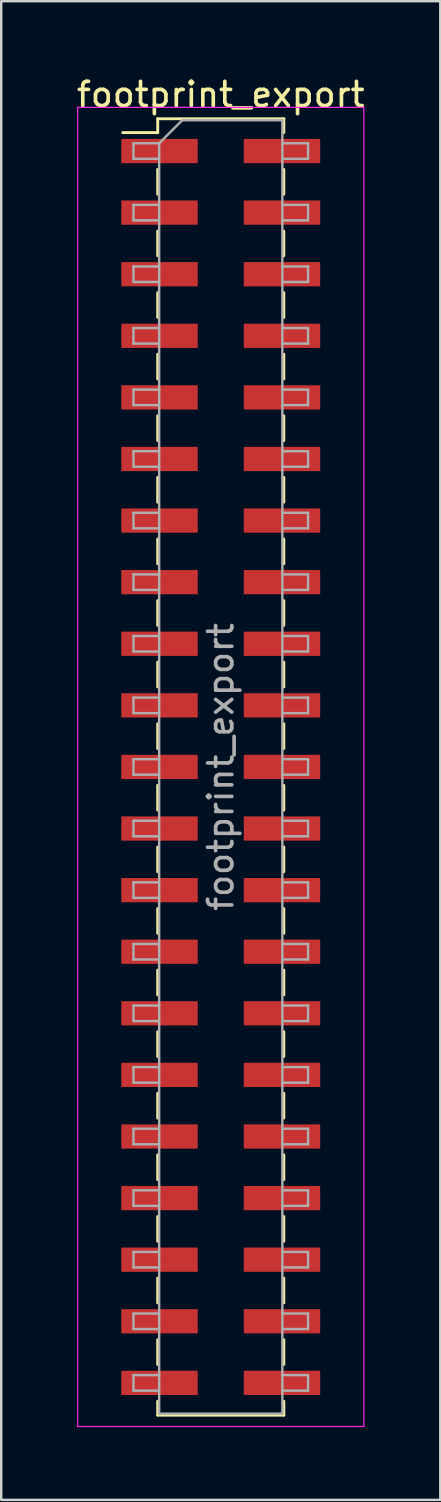
<source format=kicad_pcb>
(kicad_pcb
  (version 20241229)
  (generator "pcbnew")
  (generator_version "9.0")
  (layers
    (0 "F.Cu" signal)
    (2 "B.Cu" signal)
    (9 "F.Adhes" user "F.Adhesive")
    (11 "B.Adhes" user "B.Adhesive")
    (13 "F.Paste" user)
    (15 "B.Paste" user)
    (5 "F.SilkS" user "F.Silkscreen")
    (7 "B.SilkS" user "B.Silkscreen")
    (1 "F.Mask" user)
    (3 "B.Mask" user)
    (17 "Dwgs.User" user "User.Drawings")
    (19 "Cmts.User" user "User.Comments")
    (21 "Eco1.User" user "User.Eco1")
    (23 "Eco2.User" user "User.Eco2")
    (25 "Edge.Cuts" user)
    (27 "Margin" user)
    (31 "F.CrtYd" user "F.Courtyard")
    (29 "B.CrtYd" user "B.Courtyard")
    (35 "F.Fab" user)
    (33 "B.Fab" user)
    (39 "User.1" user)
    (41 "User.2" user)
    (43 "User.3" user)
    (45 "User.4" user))
  (footprint "footprint_export"
    (layer "F.Cu")
    (at 6.054 28.578)
    (property "Reference" "footprint_export" (at 0 -27.73 0) (layer "F.SilkS") (effects (font (size 1 1) (thickness 0.15))))
    (attr smd)
    (fp_line (start -4.04 -26.16) (end -2.6 -26.16) (stroke (width 0.12) (type solid)) (layer "F.SilkS"))
    (fp_line (start -2.6 -26.73) (end -2.6 -26.16) (stroke (width 0.12) (type solid)) (layer "F.SilkS"))
    (fp_line (start -2.6 -26.73) (end 2.6 -26.73) (stroke (width 0.12) (type solid)) (layer "F.SilkS"))
    (fp_line (start -2.6 -24.64) (end -2.6 -23.62) (stroke (width 0.12) (type solid)) (layer "F.SilkS"))
    (fp_line (start -2.6 -22.1) (end -2.6 -21.08) (stroke (width 0.12) (type solid)) (layer "F.SilkS"))
    (fp_line (start -2.6 -19.56) (end -2.6 -18.54) (stroke (width 0.12) (type solid)) (layer "F.SilkS"))
    (fp_line (start -2.6 -17.02) (end -2.6 -16) (stroke (width 0.12) (type solid)) (layer "F.SilkS"))
    (fp_line (start -2.6 -14.48) (end -2.6 -13.46) (stroke (width 0.12) (type solid)) (layer "F.SilkS"))
    (fp_line (start -2.6 -11.94) (end -2.6 -10.92) (stroke (width 0.12) (type solid)) (layer "F.SilkS"))
    (fp_line (start -2.6 -9.4) (end -2.6 -8.38) (stroke (width 0.12) (type solid)) (layer "F.SilkS"))
    (fp_line (start -2.6 -6.86) (end -2.6 -5.84) (stroke (width 0.12) (type solid)) (layer "F.SilkS"))
    (fp_line (start -2.6 -4.32) (end -2.6 -3.3) (stroke (width 0.12) (type solid)) (layer "F.SilkS"))
    (fp_line (start -2.6 -1.78) (end -2.6 -0.76) (stroke (width 0.12) (type solid)) (layer "F.SilkS"))
    (fp_line (start -2.6 0.76) (end -2.6 1.78) (stroke (width 0.12) (type solid)) (layer "F.SilkS"))
    (fp_line (start -2.6 3.3) (end -2.6 4.32) (stroke (width 0.12) (type solid)) (layer "F.SilkS"))
    (fp_line (start -2.6 5.84) (end -2.6 6.86) (stroke (width 0.12) (type solid)) (layer "F.SilkS"))
    (fp_line (start -2.6 8.38) (end -2.6 9.4) (stroke (width 0.12) (type solid)) (layer "F.SilkS"))
    (fp_line (start -2.6 10.92) (end -2.6 11.94) (stroke (width 0.12) (type solid)) (layer "F.SilkS"))
    (fp_line (start -2.6 13.46) (end -2.6 14.48) (stroke (width 0.12) (type solid)) (layer "F.SilkS"))
    (fp_line (start -2.6 16) (end -2.6 17.02) (stroke (width 0.12) (type solid)) (layer "F.SilkS"))
    (fp_line (start -2.6 18.54) (end -2.6 19.56) (stroke (width 0.12) (type solid)) (layer "F.SilkS"))
    (fp_line (start -2.6 21.08) (end -2.6 22.1) (stroke (width 0.12) (type solid)) (layer "F.SilkS"))
    (fp_line (start -2.6 23.62) (end -2.6 24.64) (stroke (width 0.12) (type solid)) (layer "F.SilkS"))
    (fp_line (start -2.6 26.16) (end -2.6 26.73) (stroke (width 0.12) (type solid)) (layer "F.SilkS"))
    (fp_line (start -2.6 26.73) (end 2.6 26.73) (stroke (width 0.12) (type solid)) (layer "F.SilkS"))
    (fp_line (start 2.6 -26.73) (end 2.6 -26.16) (stroke (width 0.12) (type solid)) (layer "F.SilkS"))
    (fp_line (start 2.6 -24.64) (end 2.6 -23.62) (stroke (width 0.12) (type solid)) (layer "F.SilkS"))
    (fp_line (start 2.6 -22.1) (end 2.6 -21.08) (stroke (width 0.12) (type solid)) (layer "F.SilkS"))
    (fp_line (start 2.6 -19.56) (end 2.6 -18.54) (stroke (width 0.12) (type solid)) (layer "F.SilkS"))
    (fp_line (start 2.6 -17.02) (end 2.6 -16) (stroke (width 0.12) (type solid)) (layer "F.SilkS"))
    (fp_line (start 2.6 -14.48) (end 2.6 -13.46) (stroke (width 0.12) (type solid)) (layer "F.SilkS"))
    (fp_line (start 2.6 -11.94) (end 2.6 -10.92) (stroke (width 0.12) (type solid)) (layer "F.SilkS"))
    (fp_line (start 2.6 -9.4) (end 2.6 -8.38) (stroke (width 0.12) (type solid)) (layer "F.SilkS"))
    (fp_line (start 2.6 -6.86) (end 2.6 -5.84) (stroke (width 0.12) (type solid)) (layer "F.SilkS"))
    (fp_line (start 2.6 -4.32) (end 2.6 -3.3) (stroke (width 0.12) (type solid)) (layer "F.SilkS"))
    (fp_line (start 2.6 -1.78) (end 2.6 -0.76) (stroke (width 0.12) (type solid)) (layer "F.SilkS"))
    (fp_line (start 2.6 0.76) (end 2.6 1.78) (stroke (width 0.12) (type solid)) (layer "F.SilkS"))
    (fp_line (start 2.6 3.3) (end 2.6 4.32) (stroke (width 0.12) (type solid)) (layer "F.SilkS"))
    (fp_line (start 2.6 5.84) (end 2.6 6.86) (stroke (width 0.12) (type solid)) (layer "F.SilkS"))
    (fp_line (start 2.6 8.38) (end 2.6 9.4) (stroke (width 0.12) (type solid)) (layer "F.SilkS"))
    (fp_line (start 2.6 10.92) (end 2.6 11.94) (stroke (width 0.12) (type solid)) (layer "F.SilkS"))
    (fp_line (start 2.6 13.46) (end 2.6 14.48) (stroke (width 0.12) (type solid)) (layer "F.SilkS"))
    (fp_line (start 2.6 16) (end 2.6 17.02) (stroke (width 0.12) (type solid)) (layer "F.SilkS"))
    (fp_line (start 2.6 18.54) (end 2.6 19.56) (stroke (width 0.12) (type solid)) (layer "F.SilkS"))
    (fp_line (start 2.6 21.08) (end 2.6 22.1) (stroke (width 0.12) (type solid)) (layer "F.SilkS"))
    (fp_line (start 2.6 23.62) (end 2.6 24.64) (stroke (width 0.12) (type solid)) (layer "F.SilkS"))
    (fp_line (start 2.6 26.16) (end 2.6 26.73) (stroke (width 0.12) (type solid)) (layer "F.SilkS"))
    (fp_line (start -5.9 -27.2) (end -5.9 27.2) (stroke (width 0.05) (type solid)) (layer "F.CrtYd"))
    (fp_line (start -5.9 27.2) (end 5.9 27.2) (stroke (width 0.05) (type solid)) (layer "F.CrtYd"))
    (fp_line (start 5.9 -27.2) (end -5.9 -27.2) (stroke (width 0.05) (type solid)) (layer "F.CrtYd"))
    (fp_line (start 5.9 27.2) (end 5.9 -27.2) (stroke (width 0.05) (type solid)) (layer "F.CrtYd"))
    (fp_line (start -3.6 -25.72) (end -3.6 -25.08) (stroke (width 0.1) (type solid)) (layer "F.Fab"))
    (fp_line (start -3.6 -25.08) (end -2.54 -25.08) (stroke (width 0.1) (type solid)) (layer "F.Fab"))
    (fp_line (start -3.6 -23.18) (end -3.6 -22.54) (stroke (width 0.1) (type solid)) (layer "F.Fab"))
    (fp_line (start -3.6 -22.54) (end -2.54 -22.54) (stroke (width 0.1) (type solid)) (layer "F.Fab"))
    (fp_line (start -3.6 -20.64) (end -3.6 -20) (stroke (width 0.1) (type solid)) (layer "F.Fab"))
    (fp_line (start -3.6 -20) (end -2.54 -20) (stroke (width 0.1) (type solid)) (layer "F.Fab"))
    (fp_line (start -3.6 -18.1) (end -3.6 -17.46) (stroke (width 0.1) (type solid)) (layer "F.Fab"))
    (fp_line (start -3.6 -17.46) (end -2.54 -17.46) (stroke (width 0.1) (type solid)) (layer "F.Fab"))
    (fp_line (start -3.6 -15.56) (end -3.6 -14.92) (stroke (width 0.1) (type solid)) (layer "F.Fab"))
    (fp_line (start -3.6 -14.92) (end -2.54 -14.92) (stroke (width 0.1) (type solid)) (layer "F.Fab"))
    (fp_line (start -3.6 -13.02) (end -3.6 -12.38) (stroke (width 0.1) (type solid)) (layer "F.Fab"))
    (fp_line (start -3.6 -12.38) (end -2.54 -12.38) (stroke (width 0.1) (type solid)) (layer "F.Fab"))
    (fp_line (start -3.6 -10.48) (end -3.6 -9.84) (stroke (width 0.1) (type solid)) (layer "F.Fab"))
    (fp_line (start -3.6 -9.84) (end -2.54 -9.84) (stroke (width 0.1) (type solid)) (layer "F.Fab"))
    (fp_line (start -3.6 -7.94) (end -3.6 -7.3) (stroke (width 0.1) (type solid)) (layer "F.Fab"))
    (fp_line (start -3.6 -7.3) (end -2.54 -7.3) (stroke (width 0.1) (type solid)) (layer "F.Fab"))
    (fp_line (start -3.6 -5.4) (end -3.6 -4.76) (stroke (width 0.1) (type solid)) (layer "F.Fab"))
    (fp_line (start -3.6 -4.76) (end -2.54 -4.76) (stroke (width 0.1) (type solid)) (layer "F.Fab"))
    (fp_line (start -3.6 -2.86) (end -3.6 -2.22) (stroke (width 0.1) (type solid)) (layer "F.Fab"))
    (fp_line (start -3.6 -2.22) (end -2.54 -2.22) (stroke (width 0.1) (type solid)) (layer "F.Fab"))
    (fp_line (start -3.6 -0.32) (end -3.6 0.32) (stroke (width 0.1) (type solid)) (layer "F.Fab"))
    (fp_line (start -3.6 0.32) (end -2.54 0.32) (stroke (width 0.1) (type solid)) (layer "F.Fab"))
    (fp_line (start -3.6 2.22) (end -3.6 2.86) (stroke (width 0.1) (type solid)) (layer "F.Fab"))
    (fp_line (start -3.6 2.86) (end -2.54 2.86) (stroke (width 0.1) (type solid)) (layer "F.Fab"))
    (fp_line (start -3.6 4.76) (end -3.6 5.4) (stroke (width 0.1) (type solid)) (layer "F.Fab"))
    (fp_line (start -3.6 5.4) (end -2.54 5.4) (stroke (width 0.1) (type solid)) (layer "F.Fab"))
    (fp_line (start -3.6 7.3) (end -3.6 7.94) (stroke (width 0.1) (type solid)) (layer "F.Fab"))
    (fp_line (start -3.6 7.94) (end -2.54 7.94) (stroke (width 0.1) (type solid)) (layer "F.Fab"))
    (fp_line (start -3.6 9.84) (end -3.6 10.48) (stroke (width 0.1) (type solid)) (layer "F.Fab"))
    (fp_line (start -3.6 10.48) (end -2.54 10.48) (stroke (width 0.1) (type solid)) (layer "F.Fab"))
    (fp_line (start -3.6 12.38) (end -3.6 13.02) (stroke (width 0.1) (type solid)) (layer "F.Fab"))
    (fp_line (start -3.6 13.02) (end -2.54 13.02) (stroke (width 0.1) (type solid)) (layer "F.Fab"))
    (fp_line (start -3.6 14.92) (end -3.6 15.56) (stroke (width 0.1) (type solid)) (layer "F.Fab"))
    (fp_line (start -3.6 15.56) (end -2.54 15.56) (stroke (width 0.1) (type solid)) (layer "F.Fab"))
    (fp_line (start -3.6 17.46) (end -3.6 18.1) (stroke (width 0.1) (type solid)) (layer "F.Fab"))
    (fp_line (start -3.6 18.1) (end -2.54 18.1) (stroke (width 0.1) (type solid)) (layer "F.Fab"))
    (fp_line (start -3.6 20) (end -3.6 20.64) (stroke (width 0.1) (type solid)) (layer "F.Fab"))
    (fp_line (start -3.6 20.64) (end -2.54 20.64) (stroke (width 0.1) (type solid)) (layer "F.Fab"))
    (fp_line (start -3.6 22.54) (end -3.6 23.18) (stroke (width 0.1) (type solid)) (layer "F.Fab"))
    (fp_line (start -3.6 23.18) (end -2.54 23.18) (stroke (width 0.1) (type solid)) (layer "F.Fab"))
    (fp_line (start -3.6 25.08) (end -3.6 25.72) (stroke (width 0.1) (type solid)) (layer "F.Fab"))
    (fp_line (start -3.6 25.72) (end -2.54 25.72) (stroke (width 0.1) (type solid)) (layer "F.Fab"))
    (fp_line (start -2.54 -25.72) (end -3.6 -25.72) (stroke (width 0.1) (type solid)) (layer "F.Fab"))
    (fp_line (start -2.54 -25.72) (end -1.59 -26.67) (stroke (width 0.1) (type solid)) (layer "F.Fab"))
    (fp_line (start -2.54 -23.18) (end -3.6 -23.18) (stroke (width 0.1) (type solid)) (layer "F.Fab"))
    (fp_line (start -2.54 -20.64) (end -3.6 -20.64) (stroke (width 0.1) (type solid)) (layer "F.Fab"))
    (fp_line (start -2.54 -18.1) (end -3.6 -18.1) (stroke (width 0.1) (type solid)) (layer "F.Fab"))
    (fp_line (start -2.54 -15.56) (end -3.6 -15.56) (stroke (width 0.1) (type solid)) (layer "F.Fab"))
    (fp_line (start -2.54 -13.02) (end -3.6 -13.02) (stroke (width 0.1) (type solid)) (layer "F.Fab"))
    (fp_line (start -2.54 -10.48) (end -3.6 -10.48) (stroke (width 0.1) (type solid)) (layer "F.Fab"))
    (fp_line (start -2.54 -7.94) (end -3.6 -7.94) (stroke (width 0.1) (type solid)) (layer "F.Fab"))
    (fp_line (start -2.54 -5.4) (end -3.6 -5.4) (stroke (width 0.1) (type solid)) (layer "F.Fab"))
    (fp_line (start -2.54 -2.86) (end -3.6 -2.86) (stroke (width 0.1) (type solid)) (layer "F.Fab"))
    (fp_line (start -2.54 -0.32) (end -3.6 -0.32) (stroke (width 0.1) (type solid)) (layer "F.Fab"))
    (fp_line (start -2.54 2.22) (end -3.6 2.22) (stroke (width 0.1) (type solid)) (layer "F.Fab"))
    (fp_line (start -2.54 4.76) (end -3.6 4.76) (stroke (width 0.1) (type solid)) (layer "F.Fab"))
    (fp_line (start -2.54 7.3) (end -3.6 7.3) (stroke (width 0.1) (type solid)) (layer "F.Fab"))
    (fp_line (start -2.54 9.84) (end -3.6 9.84) (stroke (width 0.1) (type solid)) (layer "F.Fab"))
    (fp_line (start -2.54 12.38) (end -3.6 12.38) (stroke (width 0.1) (type solid)) (layer "F.Fab"))
    (fp_line (start -2.54 14.92) (end -3.6 14.92) (stroke (width 0.1) (type solid)) (layer "F.Fab"))
    (fp_line (start -2.54 17.46) (end -3.6 17.46) (stroke (width 0.1) (type solid)) (layer "F.Fab"))
    (fp_line (start -2.54 20) (end -3.6 20) (stroke (width 0.1) (type solid)) (layer "F.Fab"))
    (fp_line (start -2.54 22.54) (end -3.6 22.54) (stroke (width 0.1) (type solid)) (layer "F.Fab"))
    (fp_line (start -2.54 25.08) (end -3.6 25.08) (stroke (width 0.1) (type solid)) (layer "F.Fab"))
    (fp_line (start -2.54 26.67) (end -2.54 -25.72) (stroke (width 0.1) (type solid)) (layer "F.Fab"))
    (fp_line (start -1.59 -26.67) (end 2.54 -26.67) (stroke (width 0.1) (type solid)) (layer "F.Fab"))
    (fp_line (start 2.54 -26.67) (end 2.54 26.67) (stroke (width 0.1) (type solid)) (layer "F.Fab"))
    (fp_line (start 2.54 -25.72) (end 3.6 -25.72) (stroke (width 0.1) (type solid)) (layer "F.Fab"))
    (fp_line (start 2.54 -23.18) (end 3.6 -23.18) (stroke (width 0.1) (type solid)) (layer "F.Fab"))
    (fp_line (start 2.54 -20.64) (end 3.6 -20.64) (stroke (width 0.1) (type solid)) (layer "F.Fab"))
    (fp_line (start 2.54 -18.1) (end 3.6 -18.1) (stroke (width 0.1) (type solid)) (layer "F.Fab"))
    (fp_line (start 2.54 -15.56) (end 3.6 -15.56) (stroke (width 0.1) (type solid)) (layer "F.Fab"))
    (fp_line (start 2.54 -13.02) (end 3.6 -13.02) (stroke (width 0.1) (type solid)) (layer "F.Fab"))
    (fp_line (start 2.54 -10.48) (end 3.6 -10.48) (stroke (width 0.1) (type solid)) (layer "F.Fab"))
    (fp_line (start 2.54 -7.94) (end 3.6 -7.94) (stroke (width 0.1) (type solid)) (layer "F.Fab"))
    (fp_line (start 2.54 -5.4) (end 3.6 -5.4) (stroke (width 0.1) (type solid)) (layer "F.Fab"))
    (fp_line (start 2.54 -2.86) (end 3.6 -2.86) (stroke (width 0.1) (type solid)) (layer "F.Fab"))
    (fp_line (start 2.54 -0.32) (end 3.6 -0.32) (stroke (width 0.1) (type solid)) (layer "F.Fab"))
    (fp_line (start 2.54 2.22) (end 3.6 2.22) (stroke (width 0.1) (type solid)) (layer "F.Fab"))
    (fp_line (start 2.54 4.76) (end 3.6 4.76) (stroke (width 0.1) (type solid)) (layer "F.Fab"))
    (fp_line (start 2.54 7.3) (end 3.6 7.3) (stroke (width 0.1) (type solid)) (layer "F.Fab"))
    (fp_line (start 2.54 9.84) (end 3.6 9.84) (stroke (width 0.1) (type solid)) (layer "F.Fab"))
    (fp_line (start 2.54 12.38) (end 3.6 12.38) (stroke (width 0.1) (type solid)) (layer "F.Fab"))
    (fp_line (start 2.54 14.92) (end 3.6 14.92) (stroke (width 0.1) (type solid)) (layer "F.Fab"))
    (fp_line (start 2.54 17.46) (end 3.6 17.46) (stroke (width 0.1) (type solid)) (layer "F.Fab"))
    (fp_line (start 2.54 20) (end 3.6 20) (stroke (width 0.1) (type solid)) (layer "F.Fab"))
    (fp_line (start 2.54 22.54) (end 3.6 22.54) (stroke (width 0.1) (type solid)) (layer "F.Fab"))
    (fp_line (start 2.54 25.08) (end 3.6 25.08) (stroke (width 0.1) (type solid)) (layer "F.Fab"))
    (fp_line (start 2.54 26.67) (end -2.54 26.67) (stroke (width 0.1) (type solid)) (layer "F.Fab"))
    (fp_line (start 3.6 -25.72) (end 3.6 -25.08) (stroke (width 0.1) (type solid)) (layer "F.Fab"))
    (fp_line (start 3.6 -25.08) (end 2.54 -25.08) (stroke (width 0.1) (type solid)) (layer "F.Fab"))
    (fp_line (start 3.6 -23.18) (end 3.6 -22.54) (stroke (width 0.1) (type solid)) (layer "F.Fab"))
    (fp_line (start 3.6 -22.54) (end 2.54 -22.54) (stroke (width 0.1) (type solid)) (layer "F.Fab"))
    (fp_line (start 3.6 -20.64) (end 3.6 -20) (stroke (width 0.1) (type solid)) (layer "F.Fab"))
    (fp_line (start 3.6 -20) (end 2.54 -20) (stroke (width 0.1) (type solid)) (layer "F.Fab"))
    (fp_line (start 3.6 -18.1) (end 3.6 -17.46) (stroke (width 0.1) (type solid)) (layer "F.Fab"))
    (fp_line (start 3.6 -17.46) (end 2.54 -17.46) (stroke (width 0.1) (type solid)) (layer "F.Fab"))
    (fp_line (start 3.6 -15.56) (end 3.6 -14.92) (stroke (width 0.1) (type solid)) (layer "F.Fab"))
    (fp_line (start 3.6 -14.92) (end 2.54 -14.92) (stroke (width 0.1) (type solid)) (layer "F.Fab"))
    (fp_line (start 3.6 -13.02) (end 3.6 -12.38) (stroke (width 0.1) (type solid)) (layer "F.Fab"))
    (fp_line (start 3.6 -12.38) (end 2.54 -12.38) (stroke (width 0.1) (type solid)) (layer "F.Fab"))
    (fp_line (start 3.6 -10.48) (end 3.6 -9.84) (stroke (width 0.1) (type solid)) (layer "F.Fab"))
    (fp_line (start 3.6 -9.84) (end 2.54 -9.84) (stroke (width 0.1) (type solid)) (layer "F.Fab"))
    (fp_line (start 3.6 -7.94) (end 3.6 -7.3) (stroke (width 0.1) (type solid)) (layer "F.Fab"))
    (fp_line (start 3.6 -7.3) (end 2.54 -7.3) (stroke (width 0.1) (type solid)) (layer "F.Fab"))
    (fp_line (start 3.6 -5.4) (end 3.6 -4.76) (stroke (width 0.1) (type solid)) (layer "F.Fab"))
    (fp_line (start 3.6 -4.76) (end 2.54 -4.76) (stroke (width 0.1) (type solid)) (layer "F.Fab"))
    (fp_line (start 3.6 -2.86) (end 3.6 -2.22) (stroke (width 0.1) (type solid)) (layer "F.Fab"))
    (fp_line (start 3.6 -2.22) (end 2.54 -2.22) (stroke (width 0.1) (type solid)) (layer "F.Fab"))
    (fp_line (start 3.6 -0.32) (end 3.6 0.32) (stroke (width 0.1) (type solid)) (layer "F.Fab"))
    (fp_line (start 3.6 0.32) (end 2.54 0.32) (stroke (width 0.1) (type solid)) (layer "F.Fab"))
    (fp_line (start 3.6 2.22) (end 3.6 2.86) (stroke (width 0.1) (type solid)) (layer "F.Fab"))
    (fp_line (start 3.6 2.86) (end 2.54 2.86) (stroke (width 0.1) (type solid)) (layer "F.Fab"))
    (fp_line (start 3.6 4.76) (end 3.6 5.4) (stroke (width 0.1) (type solid)) (layer "F.Fab"))
    (fp_line (start 3.6 5.4) (end 2.54 5.4) (stroke (width 0.1) (type solid)) (layer "F.Fab"))
    (fp_line (start 3.6 7.3) (end 3.6 7.94) (stroke (width 0.1) (type solid)) (layer "F.Fab"))
    (fp_line (start 3.6 7.94) (end 2.54 7.94) (stroke (width 0.1) (type solid)) (layer "F.Fab"))
    (fp_line (start 3.6 9.84) (end 3.6 10.48) (stroke (width 0.1) (type solid)) (layer "F.Fab"))
    (fp_line (start 3.6 10.48) (end 2.54 10.48) (stroke (width 0.1) (type solid)) (layer "F.Fab"))
    (fp_line (start 3.6 12.38) (end 3.6 13.02) (stroke (width 0.1) (type solid)) (layer "F.Fab"))
    (fp_line (start 3.6 13.02) (end 2.54 13.02) (stroke (width 0.1) (type solid)) (layer "F.Fab"))
    (fp_line (start 3.6 14.92) (end 3.6 15.56) (stroke (width 0.1) (type solid)) (layer "F.Fab"))
    (fp_line (start 3.6 15.56) (end 2.54 15.56) (stroke (width 0.1) (type solid)) (layer "F.Fab"))
    (fp_line (start 3.6 17.46) (end 3.6 18.1) (stroke (width 0.1) (type solid)) (layer "F.Fab"))
    (fp_line (start 3.6 18.1) (end 2.54 18.1) (stroke (width 0.1) (type solid)) (layer "F.Fab"))
    (fp_line (start 3.6 20) (end 3.6 20.64) (stroke (width 0.1) (type solid)) (layer "F.Fab"))
    (fp_line (start 3.6 20.64) (end 2.54 20.64) (stroke (width 0.1) (type solid)) (layer "F.Fab"))
    (fp_line (start 3.6 22.54) (end 3.6 23.18) (stroke (width 0.1) (type solid)) (layer "F.Fab"))
    (fp_line (start 3.6 23.18) (end 2.54 23.18) (stroke (width 0.1) (type solid)) (layer "F.Fab"))
    (fp_line (start 3.6 25.08) (end 3.6 25.72) (stroke (width 0.1) (type solid)) (layer "F.Fab"))
    (fp_line (start 3.6 25.72) (end 2.54 25.72) (stroke (width 0.1) (type solid)) (layer "F.Fab"))
    (fp_text user "${REFERENCE}" (at 0 0 90) (layer "F.Fab") (effects (font (size 1 1) (thickness 0.15))))
    (pad "1" smd rect (at -2.525 -25.4) (size 3.15 1) (layers "F.Cu" "F.Mask" "F.Paste"))
    (pad "2" smd rect (at 2.525 -25.4) (size 3.15 1) (layers "F.Cu" "F.Mask" "F.Paste"))
    (pad "3" smd rect (at -2.525 -22.86) (size 3.15 1) (layers "F.Cu" "F.Mask" "F.Paste"))
    (pad "4" smd rect (at 2.525 -22.86) (size 3.15 1) (layers "F.Cu" "F.Mask" "F.Paste"))
    (pad "5" smd rect (at -2.525 -20.32) (size 3.15 1) (layers "F.Cu" "F.Mask" "F.Paste"))
    (pad "6" smd rect (at 2.525 -20.32) (size 3.15 1) (layers "F.Cu" "F.Mask" "F.Paste"))
    (pad "7" smd rect (at -2.525 -17.78) (size 3.15 1) (layers "F.Cu" "F.Mask" "F.Paste"))
    (pad "8" smd rect (at 2.525 -17.78) (size 3.15 1) (layers "F.Cu" "F.Mask" "F.Paste"))
    (pad "9" smd rect (at -2.525 -15.24) (size 3.15 1) (layers "F.Cu" "F.Mask" "F.Paste"))
    (pad "10" smd rect (at 2.525 -15.24) (size 3.15 1) (layers "F.Cu" "F.Mask" "F.Paste"))
    (pad "11" smd rect (at -2.525 -12.7) (size 3.15 1) (layers "F.Cu" "F.Mask" "F.Paste"))
    (pad "12" smd rect (at 2.525 -12.7) (size 3.15 1) (layers "F.Cu" "F.Mask" "F.Paste"))
    (pad "13" smd rect (at -2.525 -10.16) (size 3.15 1) (layers "F.Cu" "F.Mask" "F.Paste"))
    (pad "14" smd rect (at 2.525 -10.16) (size 3.15 1) (layers "F.Cu" "F.Mask" "F.Paste"))
    (pad "15" smd rect (at -2.525 -7.62) (size 3.15 1) (layers "F.Cu" "F.Mask" "F.Paste"))
    (pad "16" smd rect (at 2.525 -7.62) (size 3.15 1) (layers "F.Cu" "F.Mask" "F.Paste"))
    (pad "17" smd rect (at -2.525 -5.08) (size 3.15 1) (layers "F.Cu" "F.Mask" "F.Paste"))
    (pad "18" smd rect (at 2.525 -5.08) (size 3.15 1) (layers "F.Cu" "F.Mask" "F.Paste"))
    (pad "19" smd rect (at -2.525 -2.54) (size 3.15 1) (layers "F.Cu" "F.Mask" "F.Paste"))
    (pad "20" smd rect (at 2.525 -2.54) (size 3.15 1) (layers "F.Cu" "F.Mask" "F.Paste"))
    (pad "21" smd rect (at -2.525 0) (size 3.15 1) (layers "F.Cu" "F.Mask" "F.Paste"))
    (pad "22" smd rect (at 2.525 0) (size 3.15 1) (layers "F.Cu" "F.Mask" "F.Paste"))
    (pad "23" smd rect (at -2.525 2.54) (size 3.15 1) (layers "F.Cu" "F.Mask" "F.Paste"))
    (pad "24" smd rect (at 2.525 2.54) (size 3.15 1) (layers "F.Cu" "F.Mask" "F.Paste"))
    (pad "25" smd rect (at -2.525 5.08) (size 3.15 1) (layers "F.Cu" "F.Mask" "F.Paste"))
    (pad "26" smd rect (at 2.525 5.08) (size 3.15 1) (layers "F.Cu" "F.Mask" "F.Paste"))
    (pad "27" smd rect (at -2.525 7.62) (size 3.15 1) (layers "F.Cu" "F.Mask" "F.Paste"))
    (pad "28" smd rect (at 2.525 7.62) (size 3.15 1) (layers "F.Cu" "F.Mask" "F.Paste"))
    (pad "29" smd rect (at -2.525 10.16) (size 3.15 1) (layers "F.Cu" "F.Mask" "F.Paste"))
    (pad "30" smd rect (at 2.525 10.16) (size 3.15 1) (layers "F.Cu" "F.Mask" "F.Paste"))
    (pad "31" smd rect (at -2.525 12.7) (size 3.15 1) (layers "F.Cu" "F.Mask" "F.Paste"))
    (pad "32" smd rect (at 2.525 12.7) (size 3.15 1) (layers "F.Cu" "F.Mask" "F.Paste"))
    (pad "33" smd rect (at -2.525 15.24) (size 3.15 1) (layers "F.Cu" "F.Mask" "F.Paste"))
    (pad "34" smd rect (at 2.525 15.24) (size 3.15 1) (layers "F.Cu" "F.Mask" "F.Paste"))
    (pad "35" smd rect (at -2.525 17.78) (size 3.15 1) (layers "F.Cu" "F.Mask" "F.Paste"))
    (pad "36" smd rect (at 2.525 17.78) (size 3.15 1) (layers "F.Cu" "F.Mask" "F.Paste"))
    (pad "37" smd rect (at -2.525 20.32) (size 3.15 1) (layers "F.Cu" "F.Mask" "F.Paste"))
    (pad "38" smd rect (at 2.525 20.32) (size 3.15 1) (layers "F.Cu" "F.Mask" "F.Paste"))
    (pad "39" smd rect (at -2.525 22.86) (size 3.15 1) (layers "F.Cu" "F.Mask" "F.Paste"))
    (pad "40" smd rect (at 2.525 22.86) (size 3.15 1) (layers "F.Cu" "F.Mask" "F.Paste"))
    (pad "41" smd rect (at -2.525 25.4) (size 3.15 1) (layers "F.Cu" "F.Mask" "F.Paste"))
    (pad "42" smd rect (at 2.525 25.4) (size 3.15 1) (layers "F.Cu" "F.Mask" "F.Paste")))
  (gr_rect
    (start -3 -3)
    (end 15.107 58.803)
    (stroke (width 0.1) (type default))
    (fill no)
    (layer "Edge.Cuts")))
</source>
